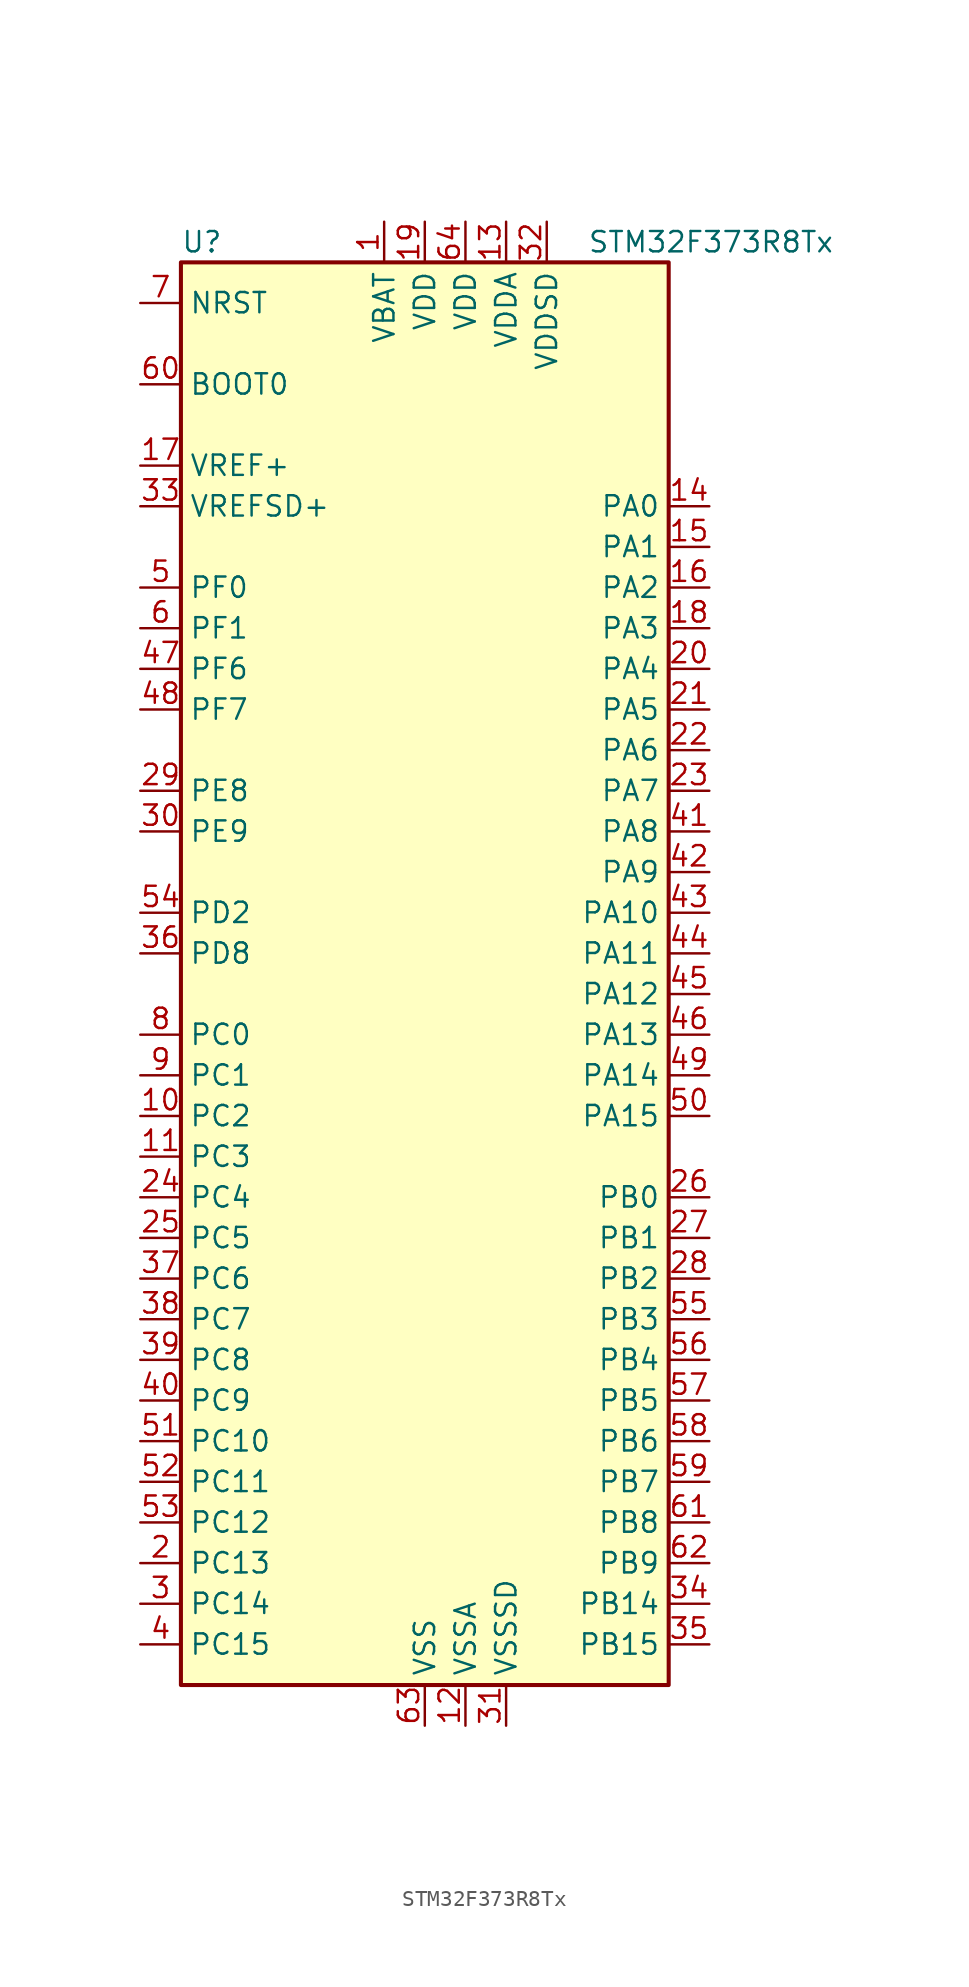
<source format=kicad_sym>
(kicad_symbol_lib
  (version 20201005)
  (generator kicad_symbol_editor)
  (symbol "STM32F373R8Tx"
    (property "Reference" "U"
      (at -15.24 44.45 0)
      (effects (font (size 1.27 1.27)) (justify left)))
    (property "Value" "STM32F373R8Tx"
      (at 10.16 44.45 0)
      (effects (font (size 1.27 1.27)) (justify left)))
    (symbol "STM32F373R8Tx_0_1"
      (rectangle (start -15.24 -45.72) (end 15.24 43.18) (stroke (width 0.254)) (fill (type background))))
    (symbol "STM32F373R8Tx_1_1"
      (pin input line (at -17.78 35.56 0) (length 2.54) (name "BOOT0" (effects (font (size 1.27 1.27)))) (number "60" (effects (font (size 1.27 1.27)))))
      (pin input line (at -17.78 40.64 0) (length 2.54) (name "NRST" (effects (font (size 1.27 1.27)))) (number "7" (effects (font (size 1.27 1.27)))))
      (pin bidirectional line (at 17.78 27.94 180) (length 2.54) (name "PA0" (effects (font (size 1.27 1.27)))) (number "14" (effects (font (size 1.27 1.27)))))
      (pin bidirectional line (at 17.78 25.4 180) (length 2.54) (name "PA1" (effects (font (size 1.27 1.27)))) (number "15" (effects (font (size 1.27 1.27)))))
      (pin bidirectional line (at 17.78 2.54 180) (length 2.54) (name "PA10" (effects (font (size 1.27 1.27)))) (number "43" (effects (font (size 1.27 1.27)))))
      (pin bidirectional line (at 17.78 0 180) (length 2.54) (name "PA11" (effects (font (size 1.27 1.27)))) (number "44" (effects (font (size 1.27 1.27)))))
      (pin bidirectional line (at 17.78 -2.54 180) (length 2.54) (name "PA12" (effects (font (size 1.27 1.27)))) (number "45" (effects (font (size 1.27 1.27)))))
      (pin bidirectional line (at 17.78 -5.08 180) (length 2.54) (name "PA13" (effects (font (size 1.27 1.27)))) (number "46" (effects (font (size 1.27 1.27)))))
      (pin bidirectional line (at 17.78 -7.62 180) (length 2.54) (name "PA14" (effects (font (size 1.27 1.27)))) (number "49" (effects (font (size 1.27 1.27)))))
      (pin bidirectional line (at 17.78 -10.16 180) (length 2.54) (name "PA15" (effects (font (size 1.27 1.27)))) (number "50" (effects (font (size 1.27 1.27)))))
      (pin bidirectional line (at 17.78 22.86 180) (length 2.54) (name "PA2" (effects (font (size 1.27 1.27)))) (number "16" (effects (font (size 1.27 1.27)))))
      (pin bidirectional line (at 17.78 20.32 180) (length 2.54) (name "PA3" (effects (font (size 1.27 1.27)))) (number "18" (effects (font (size 1.27 1.27)))))
      (pin bidirectional line (at 17.78 17.78 180) (length 2.54) (name "PA4" (effects (font (size 1.27 1.27)))) (number "20" (effects (font (size 1.27 1.27)))))
      (pin bidirectional line (at 17.78 15.24 180) (length 2.54) (name "PA5" (effects (font (size 1.27 1.27)))) (number "21" (effects (font (size 1.27 1.27)))))
      (pin bidirectional line (at 17.78 12.7 180) (length 2.54) (name "PA6" (effects (font (size 1.27 1.27)))) (number "22" (effects (font (size 1.27 1.27)))))
      (pin bidirectional line (at 17.78 10.16 180) (length 2.54) (name "PA7" (effects (font (size 1.27 1.27)))) (number "23" (effects (font (size 1.27 1.27)))))
      (pin bidirectional line (at 17.78 7.62 180) (length 2.54) (name "PA8" (effects (font (size 1.27 1.27)))) (number "41" (effects (font (size 1.27 1.27)))))
      (pin bidirectional line (at 17.78 5.08 180) (length 2.54) (name "PA9" (effects (font (size 1.27 1.27)))) (number "42" (effects (font (size 1.27 1.27)))))
      (pin bidirectional line (at 17.78 -15.24 180) (length 2.54) (name "PB0" (effects (font (size 1.27 1.27)))) (number "26" (effects (font (size 1.27 1.27)))))
      (pin bidirectional line (at 17.78 -17.78 180) (length 2.54) (name "PB1" (effects (font (size 1.27 1.27)))) (number "27" (effects (font (size 1.27 1.27)))))
      (pin bidirectional line (at 17.78 -40.64 180) (length 2.54) (name "PB14" (effects (font (size 1.27 1.27)))) (number "34" (effects (font (size 1.27 1.27)))))
      (pin bidirectional line (at 17.78 -43.18 180) (length 2.54) (name "PB15" (effects (font (size 1.27 1.27)))) (number "35" (effects (font (size 1.27 1.27)))))
      (pin bidirectional line (at 17.78 -20.32 180) (length 2.54) (name "PB2" (effects (font (size 1.27 1.27)))) (number "28" (effects (font (size 1.27 1.27)))))
      (pin bidirectional line (at 17.78 -22.86 180) (length 2.54) (name "PB3" (effects (font (size 1.27 1.27)))) (number "55" (effects (font (size 1.27 1.27)))))
      (pin bidirectional line (at 17.78 -25.4 180) (length 2.54) (name "PB4" (effects (font (size 1.27 1.27)))) (number "56" (effects (font (size 1.27 1.27)))))
      (pin bidirectional line (at 17.78 -27.94 180) (length 2.54) (name "PB5" (effects (font (size 1.27 1.27)))) (number "57" (effects (font (size 1.27 1.27)))))
      (pin bidirectional line (at 17.78 -30.48 180) (length 2.54) (name "PB6" (effects (font (size 1.27 1.27)))) (number "58" (effects (font (size 1.27 1.27)))))
      (pin bidirectional line (at 17.78 -33.02 180) (length 2.54) (name "PB7" (effects (font (size 1.27 1.27)))) (number "59" (effects (font (size 1.27 1.27)))))
      (pin bidirectional line (at 17.78 -35.56 180) (length 2.54) (name "PB8" (effects (font (size 1.27 1.27)))) (number "61" (effects (font (size 1.27 1.27)))))
      (pin bidirectional line (at 17.78 -38.1 180) (length 2.54) (name "PB9" (effects (font (size 1.27 1.27)))) (number "62" (effects (font (size 1.27 1.27)))))
      (pin bidirectional line (at -17.78 -5.08 0) (length 2.54) (name "PC0" (effects (font (size 1.27 1.27)))) (number "8" (effects (font (size 1.27 1.27)))))
      (pin bidirectional line (at -17.78 -7.62 0) (length 2.54) (name "PC1" (effects (font (size 1.27 1.27)))) (number "9" (effects (font (size 1.27 1.27)))))
      (pin bidirectional line (at -17.78 -30.48 0) (length 2.54) (name "PC10" (effects (font (size 1.27 1.27)))) (number "51" (effects (font (size 1.27 1.27)))))
      (pin bidirectional line (at -17.78 -33.02 0) (length 2.54) (name "PC11" (effects (font (size 1.27 1.27)))) (number "52" (effects (font (size 1.27 1.27)))))
      (pin bidirectional line (at -17.78 -35.56 0) (length 2.54) (name "PC12" (effects (font (size 1.27 1.27)))) (number "53" (effects (font (size 1.27 1.27)))))
      (pin bidirectional line (at -17.78 -38.1 0) (length 2.54) (name "PC13" (effects (font (size 1.27 1.27)))) (number "2" (effects (font (size 1.27 1.27)))))
      (pin bidirectional line (at -17.78 -40.64 0) (length 2.54) (name "PC14" (effects (font (size 1.27 1.27)))) (number "3" (effects (font (size 1.27 1.27)))))
      (pin bidirectional line (at -17.78 -43.18 0) (length 2.54) (name "PC15" (effects (font (size 1.27 1.27)))) (number "4" (effects (font (size 1.27 1.27)))))
      (pin bidirectional line (at -17.78 -10.16 0) (length 2.54) (name "PC2" (effects (font (size 1.27 1.27)))) (number "10" (effects (font (size 1.27 1.27)))))
      (pin bidirectional line (at -17.78 -12.7 0) (length 2.54) (name "PC3" (effects (font (size 1.27 1.27)))) (number "11" (effects (font (size 1.27 1.27)))))
      (pin bidirectional line (at -17.78 -15.24 0) (length 2.54) (name "PC4" (effects (font (size 1.27 1.27)))) (number "24" (effects (font (size 1.27 1.27)))))
      (pin bidirectional line (at -17.78 -17.78 0) (length 2.54) (name "PC5" (effects (font (size 1.27 1.27)))) (number "25" (effects (font (size 1.27 1.27)))))
      (pin bidirectional line (at -17.78 -20.32 0) (length 2.54) (name "PC6" (effects (font (size 1.27 1.27)))) (number "37" (effects (font (size 1.27 1.27)))))
      (pin bidirectional line (at -17.78 -22.86 0) (length 2.54) (name "PC7" (effects (font (size 1.27 1.27)))) (number "38" (effects (font (size 1.27 1.27)))))
      (pin bidirectional line (at -17.78 -25.4 0) (length 2.54) (name "PC8" (effects (font (size 1.27 1.27)))) (number "39" (effects (font (size 1.27 1.27)))))
      (pin bidirectional line (at -17.78 -27.94 0) (length 2.54) (name "PC9" (effects (font (size 1.27 1.27)))) (number "40" (effects (font (size 1.27 1.27)))))
      (pin bidirectional line (at -17.78 2.54 0) (length 2.54) (name "PD2" (effects (font (size 1.27 1.27)))) (number "54" (effects (font (size 1.27 1.27)))))
      (pin bidirectional line (at -17.78 0 0) (length 2.54) (name "PD8" (effects (font (size 1.27 1.27)))) (number "36" (effects (font (size 1.27 1.27)))))
      (pin bidirectional line (at -17.78 10.16 0) (length 2.54) (name "PE8" (effects (font (size 1.27 1.27)))) (number "29" (effects (font (size 1.27 1.27)))))
      (pin bidirectional line (at -17.78 7.62 0) (length 2.54) (name "PE9" (effects (font (size 1.27 1.27)))) (number "30" (effects (font (size 1.27 1.27)))))
      (pin input line (at -17.78 22.86 0) (length 2.54) (name "PF0" (effects (font (size 1.27 1.27)))) (number "5" (effects (font (size 1.27 1.27)))))
      (pin input line (at -17.78 20.32 0) (length 2.54) (name "PF1" (effects (font (size 1.27 1.27)))) (number "6" (effects (font (size 1.27 1.27)))))
      (pin bidirectional line (at -17.78 17.78 0) (length 2.54) (name "PF6" (effects (font (size 1.27 1.27)))) (number "47" (effects (font (size 1.27 1.27)))))
      (pin bidirectional line (at -17.78 15.24 0) (length 2.54) (name "PF7" (effects (font (size 1.27 1.27)))) (number "48" (effects (font (size 1.27 1.27)))))
      (pin power_in line (at -2.54 45.72 270) (length 2.54) (name "VBAT" (effects (font (size 1.27 1.27)))) (number "1" (effects (font (size 1.27 1.27)))))
      (pin power_in line (at 0 45.72 270) (length 2.54) (name "VDD" (effects (font (size 1.27 1.27)))) (number "19" (effects (font (size 1.27 1.27)))))
      (pin power_in line (at 2.54 45.72 270) (length 2.54) (name "VDD" (effects (font (size 1.27 1.27)))) (number "64" (effects (font (size 1.27 1.27)))))
      (pin power_in line (at 5.08 45.72 270) (length 2.54) (name "VDDA" (effects (font (size 1.27 1.27)))) (number "13" (effects (font (size 1.27 1.27)))))
      (pin power_in line (at 7.62 45.72 270) (length 2.54) (name "VDDSD" (effects (font (size 1.27 1.27)))) (number "32" (effects (font (size 1.27 1.27)))))
      (pin power_in line (at -17.78 30.48 0) (length 2.54) (name "VREF+" (effects (font (size 1.27 1.27)))) (number "17" (effects (font (size 1.27 1.27)))))
      (pin power_in line (at -17.78 27.94 0) (length 2.54) (name "VREFSD+" (effects (font (size 1.27 1.27)))) (number "33" (effects (font (size 1.27 1.27)))))
      (pin power_in line (at 0 -48.26 90) (length 2.54) (name "VSS" (effects (font (size 1.27 1.27)))) (number "63" (effects (font (size 1.27 1.27)))))
      (pin power_in line (at 2.54 -48.26 90) (length 2.54) (name "VSSA" (effects (font (size 1.27 1.27)))) (number "12" (effects (font (size 1.27 1.27)))))
      (pin power_in line (at 5.08 -48.26 90) (length 2.54) (name "VSSSD" (effects (font (size 1.27 1.27)))) (number "31" (effects (font (size 1.27 1.27))))))))
</source>
